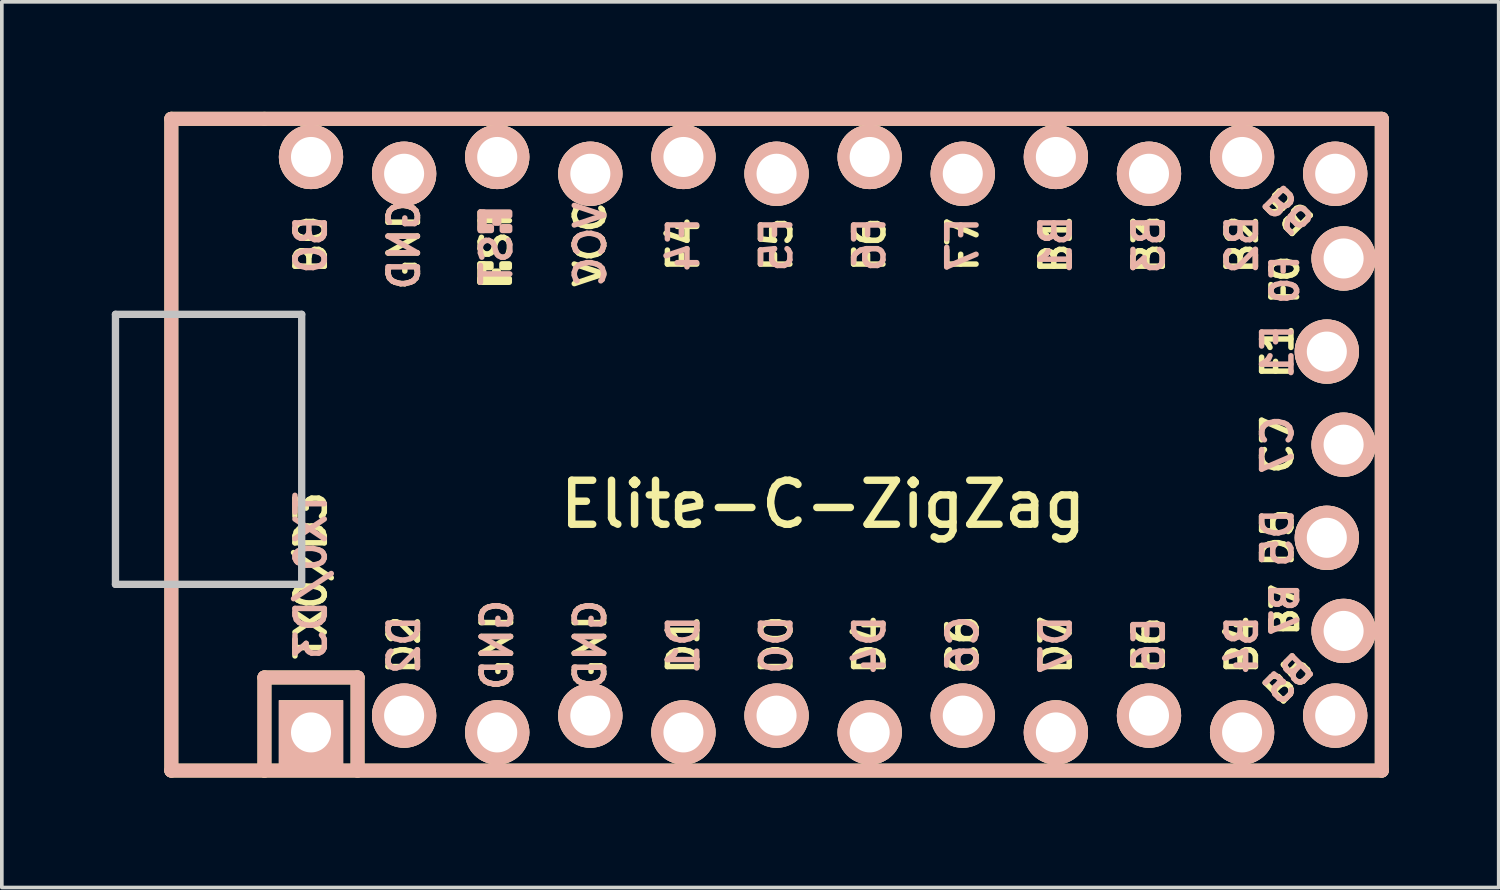
<source format=kicad_pcb>
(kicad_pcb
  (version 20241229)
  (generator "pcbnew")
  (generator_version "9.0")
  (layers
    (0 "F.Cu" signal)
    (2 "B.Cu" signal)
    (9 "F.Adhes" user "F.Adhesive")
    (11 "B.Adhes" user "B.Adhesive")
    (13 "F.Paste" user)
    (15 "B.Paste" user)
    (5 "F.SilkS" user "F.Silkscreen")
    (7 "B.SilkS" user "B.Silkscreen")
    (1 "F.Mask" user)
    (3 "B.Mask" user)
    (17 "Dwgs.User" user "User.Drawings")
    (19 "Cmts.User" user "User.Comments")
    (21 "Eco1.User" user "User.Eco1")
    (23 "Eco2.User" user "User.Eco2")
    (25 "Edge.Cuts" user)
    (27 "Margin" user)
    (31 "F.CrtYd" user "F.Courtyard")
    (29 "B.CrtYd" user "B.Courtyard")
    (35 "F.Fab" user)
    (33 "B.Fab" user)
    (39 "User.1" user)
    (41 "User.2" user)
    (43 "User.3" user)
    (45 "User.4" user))
  (footprint "Elite-C-ZigZag"
    (layer "F.Cu")
    (at 19.404 9.081)
    (property "Reference" "Elite-C-ZigZag" (at 0 1.625 0) (layer "F.SilkS") (effects (font (size 1.2 1.2) (thickness 0.203))))
    (attr through_hole)
    (fp_line (start -17.78 -8.89) (end -17.78 8.89) (stroke (width 0.381) (type solid)) (layer "F.SilkS"))
    (fp_line (start -17.78 8.89) (end -15.24 8.89) (stroke (width 0.381) (type solid)) (layer "F.SilkS"))
    (fp_line (start -15.24 -8.89) (end -17.78 -8.89) (stroke (width 0.381) (type solid)) (layer "F.SilkS"))
    (fp_line (start -15.24 6.35) (end -15.24 8.89) (stroke (width 0.381) (type solid)) (layer "F.SilkS"))
    (fp_line (start -15.24 6.35) (end -12.7 6.35) (stroke (width 0.381) (type solid)) (layer "F.SilkS"))
    (fp_line (start -15.24 8.89) (end 15.24 8.89) (stroke (width 0.381) (type solid)) (layer "F.SilkS"))
    (fp_line (start -12.7 6.35) (end -12.7 8.89) (stroke (width 0.381) (type solid)) (layer "F.SilkS"))
    (fp_line (start 15.24 -8.89) (end -15.24 -8.89) (stroke (width 0.381) (type solid)) (layer "F.SilkS"))
    (fp_line (start 15.24 8.89) (end 15.24 -8.89) (stroke (width 0.381) (type solid)) (layer "F.SilkS"))
    (fp_poly (pts (xy -9.361 -4.932) (xy -9.261 -4.932) (xy -9.261 -4.432) (xy -9.361 -4.432)) (stroke (width 0.15) (type solid)) (fill yes) (layer "F.SilkS"))
    (fp_poly (pts (xy -9.361 -4.932) (xy -9.061 -4.932) (xy -9.061 -4.832) (xy -9.361 -4.832)) (stroke (width 0.15) (type solid)) (fill yes) (layer "F.SilkS"))
    (fp_poly (pts (xy -9.361 -4.532) (xy -8.561 -4.532) (xy -8.561 -4.432) (xy -9.361 -4.432)) (stroke (width 0.15) (type solid)) (fill yes) (layer "F.SilkS"))
    (fp_poly (pts (xy -8.961 -4.732) (xy -8.861 -4.732) (xy -8.861 -4.632) (xy -8.961 -4.632)) (stroke (width 0.15) (type solid)) (fill yes) (layer "F.SilkS"))
    (fp_poly (pts (xy -8.761 -4.932) (xy -8.561 -4.932) (xy -8.561 -4.832) (xy -8.761 -4.832)) (stroke (width 0.15) (type solid)) (fill yes) (layer "F.SilkS"))
    (fp_line (start -17.78 -8.89) (end -17.78 8.89) (stroke (width 0.381) (type solid)) (layer "B.SilkS"))
    (fp_line (start -17.78 8.89) (end 15.24 8.89) (stroke (width 0.381) (type solid)) (layer "B.SilkS"))
    (fp_line (start -15.24 6.35) (end -15.24 8.89) (stroke (width 0.381) (type solid)) (layer "B.SilkS"))
    (fp_line (start -15.24 6.35) (end -12.7 6.35) (stroke (width 0.381) (type solid)) (layer "B.SilkS"))
    (fp_line (start -12.7 6.35) (end -12.7 8.89) (stroke (width 0.381) (type solid)) (layer "B.SilkS"))
    (fp_line (start 15.24 -8.89) (end -17.78 -8.89) (stroke (width 0.381) (type solid)) (layer "B.SilkS"))
    (fp_line (start 15.24 8.89) (end 15.24 -8.89) (stroke (width 0.381) (type solid)) (layer "B.SilkS"))
    (fp_poly (pts (xy -9.351 -6.245) (xy -8.551 -6.245) (xy -8.551 -6.345) (xy -9.351 -6.345)) (stroke (width 0.15) (type solid)) (fill yes) (layer "B.SilkS"))
    (fp_poly (pts (xy -9.351 -5.845) (xy -9.251 -5.845) (xy -9.251 -6.345) (xy -9.351 -6.345)) (stroke (width 0.15) (type solid)) (fill yes) (layer "B.SilkS"))
    (fp_poly (pts (xy -9.351 -5.845) (xy -9.051 -5.845) (xy -9.051 -5.945) (xy -9.351 -5.945)) (stroke (width 0.15) (type solid)) (fill yes) (layer "B.SilkS"))
    (fp_poly (pts (xy -8.951 -6.045) (xy -8.851 -6.045) (xy -8.851 -6.145) (xy -8.951 -6.145)) (stroke (width 0.15) (type solid)) (fill yes) (layer "B.SilkS"))
    (fp_poly (pts (xy -8.751 -5.845) (xy -8.551 -5.845) (xy -8.551 -5.945) (xy -8.751 -5.945)) (stroke (width 0.15) (type solid)) (fill yes) (layer "B.SilkS"))
    (fp_line (start -19.304 -3.556) (end -14.224 -3.556) (stroke (width 0.2) (type solid)) (layer "Dwgs.User"))
    (fp_line (start -19.304 3.81) (end -19.304 -3.556) (stroke (width 0.2) (type solid)) (layer "Dwgs.User"))
    (fp_line (start -14.224 -3.556) (end -14.224 3.81) (stroke (width 0.2) (type solid)) (layer "Dwgs.User"))
    (fp_line (start -14.224 3.81) (end -19.304 3.81) (stroke (width 0.2) (type solid)) (layer "Dwgs.User"))
    (fp_text user "F1" (at 12.4 -2.54 90) (layer "F.SilkS") (effects (font (size 0.8 0.8) (thickness 0.15))))
    (fp_text user "GND" (at -6.35 5.461 90) (layer "F.SilkS") (effects (font (size 0.8 0.8) (thickness 0.15))))
    (fp_text user "B3" (at 8.89 -5.461 90) (layer "F.SilkS") (effects (font (size 0.8 0.8) (thickness 0.15))))
    (fp_text user "TX0/D3" (at -13.97 3.572 90) (layer "F.SilkS") (effects (font (size 0.8 0.8) (thickness 0.15))))
    (fp_text user "VCC" (at -6.35 -5.461 90) (layer "F.SilkS") (effects (font (size 0.8 0.8) (thickness 0.15))))
    (fp_text user "D5" (at 12.4 2.54 90) (layer "F.SilkS") (effects (font (size 0.8 0.8) (thickness 0.15))))
    (fp_text user "C7" (at 12.4 0 90) (layer "F.SilkS") (effects (font (size 0.8 0.8) (thickness 0.15))))
    (fp_text user "GND" (at -11.43 -5.461 90) (layer "F.SilkS") (effects (font (size 0.8 0.8) (thickness 0.15))))
    (fp_text user "F5" (at -1.27 -5.461 90) (layer "F.SilkS") (effects (font (size 0.8 0.8) (thickness 0.15))))
    (fp_text user "B5" (at 12.7 6.4 45) (layer "F.SilkS") (effects (font (size 0.7 0.7) (thickness 0.15))))
    (fp_text user "D7" (at 6.35 5.461 90) (layer "F.SilkS") (effects (font (size 0.8 0.8) (thickness 0.15))))
    (fp_text user "F6" (at 1.27 -5.461 90) (layer "F.SilkS") (effects (font (size 0.8 0.8) (thickness 0.15))))
    (fp_text user "F4" (at -3.81 -5.461 90) (layer "F.SilkS") (effects (font (size 0.8 0.8) (thickness 0.15))))
    (fp_text user "D4" (at 1.27 5.461 90) (layer "F.SilkS") (effects (font (size 0.8 0.8) (thickness 0.15))))
    (fp_text user "B7" (at 12.6 4.5 90) (layer "F.SilkS") (effects (font (size 0.7 0.7) (thickness 0.15))))
    (fp_text user "F0" (at 12.6 -4.5 90) (layer "F.SilkS") (effects (font (size 0.7 0.7) (thickness 0.15))))
    (fp_text user "C6" (at 3.81 5.461 90) (layer "F.SilkS") (effects (font (size 0.8 0.8) (thickness 0.15))))
    (fp_text user "F7" (at 3.81 -5.461 90) (layer "F.SilkS") (effects (font (size 0.8 0.8) (thickness 0.15))))
    (fp_text user "B4" (at 11.43 5.461 90) (layer "F.SilkS") (effects (font (size 0.8 0.8) (thickness 0.15))))
    (fp_text user "D2" (at -11.43 5.461 90) (layer "F.SilkS") (effects (font (size 0.8 0.8) (thickness 0.15))))
    (fp_text user "D0" (at -1.27 5.461 90) (layer "F.SilkS") (effects (font (size 0.8 0.8) (thickness 0.15))))
    (fp_text user "D1" (at -3.81 5.461 90) (layer "F.SilkS") (effects (font (size 0.8 0.8) (thickness 0.15))))
    (fp_text user "B0" (at -13.97 -5.461 90) (layer "F.SilkS") (effects (font (size 0.8 0.8) (thickness 0.15))))
    (fp_text user "GND" (at -8.89 5.461 90) (layer "F.SilkS") (effects (font (size 0.8 0.8) (thickness 0.15))))
    (fp_text user "B2" (at 11.43 -5.461 90) (layer "F.SilkS") (effects (font (size 0.8 0.8) (thickness 0.15))))
    (fp_text user "B1" (at 6.35 -5.461 90) (layer "F.SilkS") (effects (font (size 0.8 0.8) (thickness 0.15))))
    (fp_text user "B6" (at 12.7 -6.4 135) (unlocked yes) (layer "F.SilkS") (effects (font (size 0.7 0.7) (thickness 0.15))))
    (fp_text user "E6" (at 8.89 5.461 90) (layer "F.SilkS") (effects (font (size 0.8 0.8) (thickness 0.15))))
    (fp_text user "ST" (at -8.92 -5.733 90) (layer "F.SilkS") (effects (font (size 0.8 0.8) (thickness 0.15))))
    (fp_text user "TX0/D3" (at -13.97 3.572 90) (layer "B.SilkS") (effects (font (size 0.8 0.8) (thickness 0.15)) (justify mirror)))
    (fp_text user "ST" (at -8.91 -5.04 90) (layer "B.SilkS") (effects (font (size 0.8 0.8) (thickness 0.15)) (justify mirror)))
    (fp_text user "B1" (at 6.35 -5.461 90) (layer "B.SilkS") (effects (font (size 0.8 0.8) (thickness 0.15)) (justify mirror)))
    (fp_text user "F7" (at 3.81 -5.461 90) (layer "B.SilkS") (effects (font (size 0.8 0.8) (thickness 0.15)) (justify mirror)))
    (fp_text user "F4" (at -3.81 -5.461 90) (layer "B.SilkS") (effects (font (size 0.8 0.8) (thickness 0.15)) (justify mirror)))
    (fp_text user "GND" (at -6.35 5.461 90) (layer "B.SilkS") (effects (font (size 0.8 0.8) (thickness 0.15)) (justify mirror)))
    (fp_text user "D4" (at 1.27 5.461 90) (layer "B.SilkS") (effects (font (size 0.8 0.8) (thickness 0.15)) (justify mirror)))
    (fp_text user "F0" (at 12.6 -4.5 90) (layer "B.SilkS") (effects (font (size 0.7 0.7) (thickness 0.15)) (justify mirror)))
    (fp_text user "D5" (at 12.4 2.54 90) (layer "B.SilkS") (effects (font (size 0.8 0.8) (thickness 0.15)) (justify mirror)))
    (fp_text user "B0" (at -13.97 -5.461 90) (layer "B.SilkS") (effects (font (size 0.8 0.8) (thickness 0.15)) (justify mirror)))
    (fp_text user "B3" (at 8.89 -5.461 90) (layer "B.SilkS") (effects (font (size 0.8 0.8) (thickness 0.15)) (justify mirror)))
    (fp_text user "VCC" (at -6.35 -5.461 90) (layer "B.SilkS") (effects (font (size 0.8 0.8) (thickness 0.15)) (justify mirror)))
    (fp_text user "C7" (at 12.4 0 90) (layer "B.SilkS") (effects (font (size 0.8 0.8) (thickness 0.15)) (justify mirror)))
    (fp_text user "B6" (at 12.7 -6.4 135) (unlocked yes) (layer "B.SilkS") (effects (font (size 0.7 0.7) (thickness 0.15)) (justify mirror)))
    (fp_text user "GND" (at -11.43 -5.461 90) (layer "B.SilkS") (effects (font (size 0.8 0.8) (thickness 0.15)) (justify mirror)))
    (fp_text user "F6" (at 1.27 -5.461 90) (layer "B.SilkS") (effects (font (size 0.8 0.8) (thickness 0.15)) (justify mirror)))
    (fp_text user "C6" (at 3.81 5.461 90) (layer "B.SilkS") (effects (font (size 0.8 0.8) (thickness 0.15)) (justify mirror)))
    (fp_text user "B5" (at 12.7 6.4 45) (layer "B.SilkS") (effects (font (size 0.7 0.7) (thickness 0.15)) (justify mirror)))
    (fp_text user "D2" (at -11.43 5.461 90) (layer "B.SilkS") (effects (font (size 0.8 0.8) (thickness 0.15)) (justify mirror)))
    (fp_text user "F5" (at -1.27 -5.461 90) (layer "B.SilkS") (effects (font (size 0.8 0.8) (thickness 0.15)) (justify mirror)))
    (fp_text user "GND" (at -8.89 5.461 90) (layer "B.SilkS") (effects (font (size 0.8 0.8) (thickness 0.15)) (justify mirror)))
    (fp_text user "F1" (at 12.4 -2.54 90) (layer "B.SilkS") (effects (font (size 0.8 0.8) (thickness 0.15)) (justify mirror)))
    (fp_text user "B2" (at 11.43 -5.461 90) (layer "B.SilkS") (effects (font (size 0.8 0.8) (thickness 0.15)) (justify mirror)))
    (fp_text user "E6" (at 8.89 5.461 90) (layer "B.SilkS") (effects (font (size 0.8 0.8) (thickness 0.15)) (justify mirror)))
    (fp_text user "D7" (at 6.35 5.461 90) (layer "B.SilkS") (effects (font (size 0.8 0.8) (thickness 0.15)) (justify mirror)))
    (fp_text user "D0" (at -1.27 5.461 90) (layer "B.SilkS") (effects (font (size 0.8 0.8) (thickness 0.15)) (justify mirror)))
    (fp_text user "B4" (at 11.43 5.461 90) (layer "B.SilkS") (effects (font (size 0.8 0.8) (thickness 0.15)) (justify mirror)))
    (fp_text user "D1" (at -3.81 5.461 90) (layer "B.SilkS") (effects (font (size 0.8 0.8) (thickness 0.15)) (justify mirror)))
    (fp_text user "B7" (at 12.6 4.5 90) (layer "B.SilkS") (effects (font (size 0.7 0.7) (thickness 0.15)) (justify mirror)))
    (pad "1" thru_hole rect (at -13.97 7.849) (size 1.753 1.753) (drill 1.092) (layers "*.Cu" "*.SilkS" "*.Mask"))
    (pad "2" thru_hole circle (at -11.43 7.391) (size 1.753 1.753) (drill 1.092) (layers "*.Cu" "*.SilkS" "*.Mask"))
    (pad "3" thru_hole circle (at -8.89 7.849) (size 1.753 1.753) (drill 1.092) (layers "*.Cu" "*.SilkS" "*.Mask"))
    (pad "4" thru_hole circle (at -6.35 7.391) (size 1.753 1.753) (drill 1.092) (layers "*.Cu" "*.SilkS" "*.Mask"))
    (pad "5" thru_hole circle (at -3.81 7.849) (size 1.753 1.753) (drill 1.092) (layers "*.Cu" "*.SilkS" "*.Mask"))
    (pad "6" thru_hole circle (at -1.27 7.391) (size 1.753 1.753) (drill 1.092) (layers "*.Cu" "*.SilkS" "*.Mask"))
    (pad "7" thru_hole circle (at 1.27 7.849) (size 1.753 1.753) (drill 1.092) (layers "*.Cu" "*.SilkS" "*.Mask"))
    (pad "8" thru_hole circle (at 3.81 7.391) (size 1.753 1.753) (drill 1.092) (layers "*.Cu" "*.SilkS" "*.Mask"))
    (pad "9" thru_hole circle (at 6.35 7.849) (size 1.753 1.753) (drill 1.092) (layers "*.Cu" "*.SilkS" "*.Mask"))
    (pad "10" thru_hole circle (at 8.89 7.391) (size 1.753 1.753) (drill 1.092) (layers "*.Cu" "*.SilkS" "*.Mask"))
    (pad "11" thru_hole circle (at 11.43 7.849) (size 1.753 1.753) (drill 1.092) (layers "*.Cu" "*.SilkS" "*.Mask"))
    (pad "12" thru_hole circle (at 13.97 7.391) (size 1.753 1.753) (drill 1.092) (layers "*.Cu" "*.SilkS" "*.Mask"))
    (pad "13" thru_hole circle (at 13.97 -7.391) (size 1.753 1.753) (drill 1.092) (layers "*.Cu" "*.SilkS" "*.Mask"))
    (pad "14" thru_hole circle (at 11.43 -7.849) (size 1.753 1.753) (drill 1.092) (layers "*.Cu" "*.SilkS" "*.Mask"))
    (pad "15" thru_hole circle (at 8.89 -7.391) (size 1.753 1.753) (drill 1.092) (layers "*.Cu" "*.SilkS" "*.Mask"))
    (pad "16" thru_hole circle (at 6.35 -7.849) (size 1.753 1.753) (drill 1.092) (layers "*.Cu" "*.SilkS" "*.Mask"))
    (pad "17" thru_hole circle (at 3.81 -7.391) (size 1.753 1.753) (drill 1.092) (layers "*.Cu" "*.SilkS" "*.Mask"))
    (pad "18" thru_hole circle (at 1.27 -7.849) (size 1.753 1.753) (drill 1.092) (layers "*.Cu" "*.SilkS" "*.Mask"))
    (pad "19" thru_hole circle (at -1.27 -7.391) (size 1.753 1.753) (drill 1.092) (layers "*.Cu" "*.SilkS" "*.Mask"))
    (pad "20" thru_hole circle (at -3.81 -7.849) (size 1.753 1.753) (drill 1.092) (layers "*.Cu" "*.SilkS" "*.Mask"))
    (pad "21" thru_hole circle (at -6.35 -7.391) (size 1.753 1.753) (drill 1.092) (layers "*.Cu" "*.SilkS" "*.Mask"))
    (pad "22" thru_hole circle (at -8.89 -7.849) (size 1.753 1.753) (drill 1.092) (layers "*.Cu" "*.SilkS" "*.Mask"))
    (pad "23" thru_hole circle (at -11.43 -7.391) (size 1.753 1.753) (drill 1.092) (layers "*.Cu" "*.SilkS" "*.Mask"))
    (pad "24" thru_hole circle (at -13.97 -7.849) (size 1.753 1.753) (drill 1.092) (layers "*.Cu" "*.SilkS" "*.Mask"))
    (pad "25" thru_hole circle (at 14.199 5.08) (size 1.753 1.753) (drill 1.092) (layers "*.Cu" "*.SilkS" "*.Mask"))
    (pad "26" thru_hole circle (at 13.741 2.54) (size 1.753 1.753) (drill 1.092) (layers "*.Cu" "*.SilkS" "*.Mask"))
    (pad "27" thru_hole circle (at 14.199 0) (size 1.753 1.753) (drill 1.092) (layers "*.Cu" "*.SilkS" "*.Mask"))
    (pad "28" thru_hole circle (at 13.741 -2.54) (size 1.753 1.753) (drill 1.092) (layers "*.Cu" "*.SilkS" "*.Mask"))
    (pad "29" thru_hole circle (at 14.199 -5.08) (size 1.753 1.753) (drill 1.092) (layers "*.Cu" "*.SilkS" "*.Mask")))
  (gr_rect
    (start -3 -3)
    (end 37.834 21.161)
    (stroke (width 0.1) (type default))
    (fill no)
    (layer "Edge.Cuts")))
</source>
